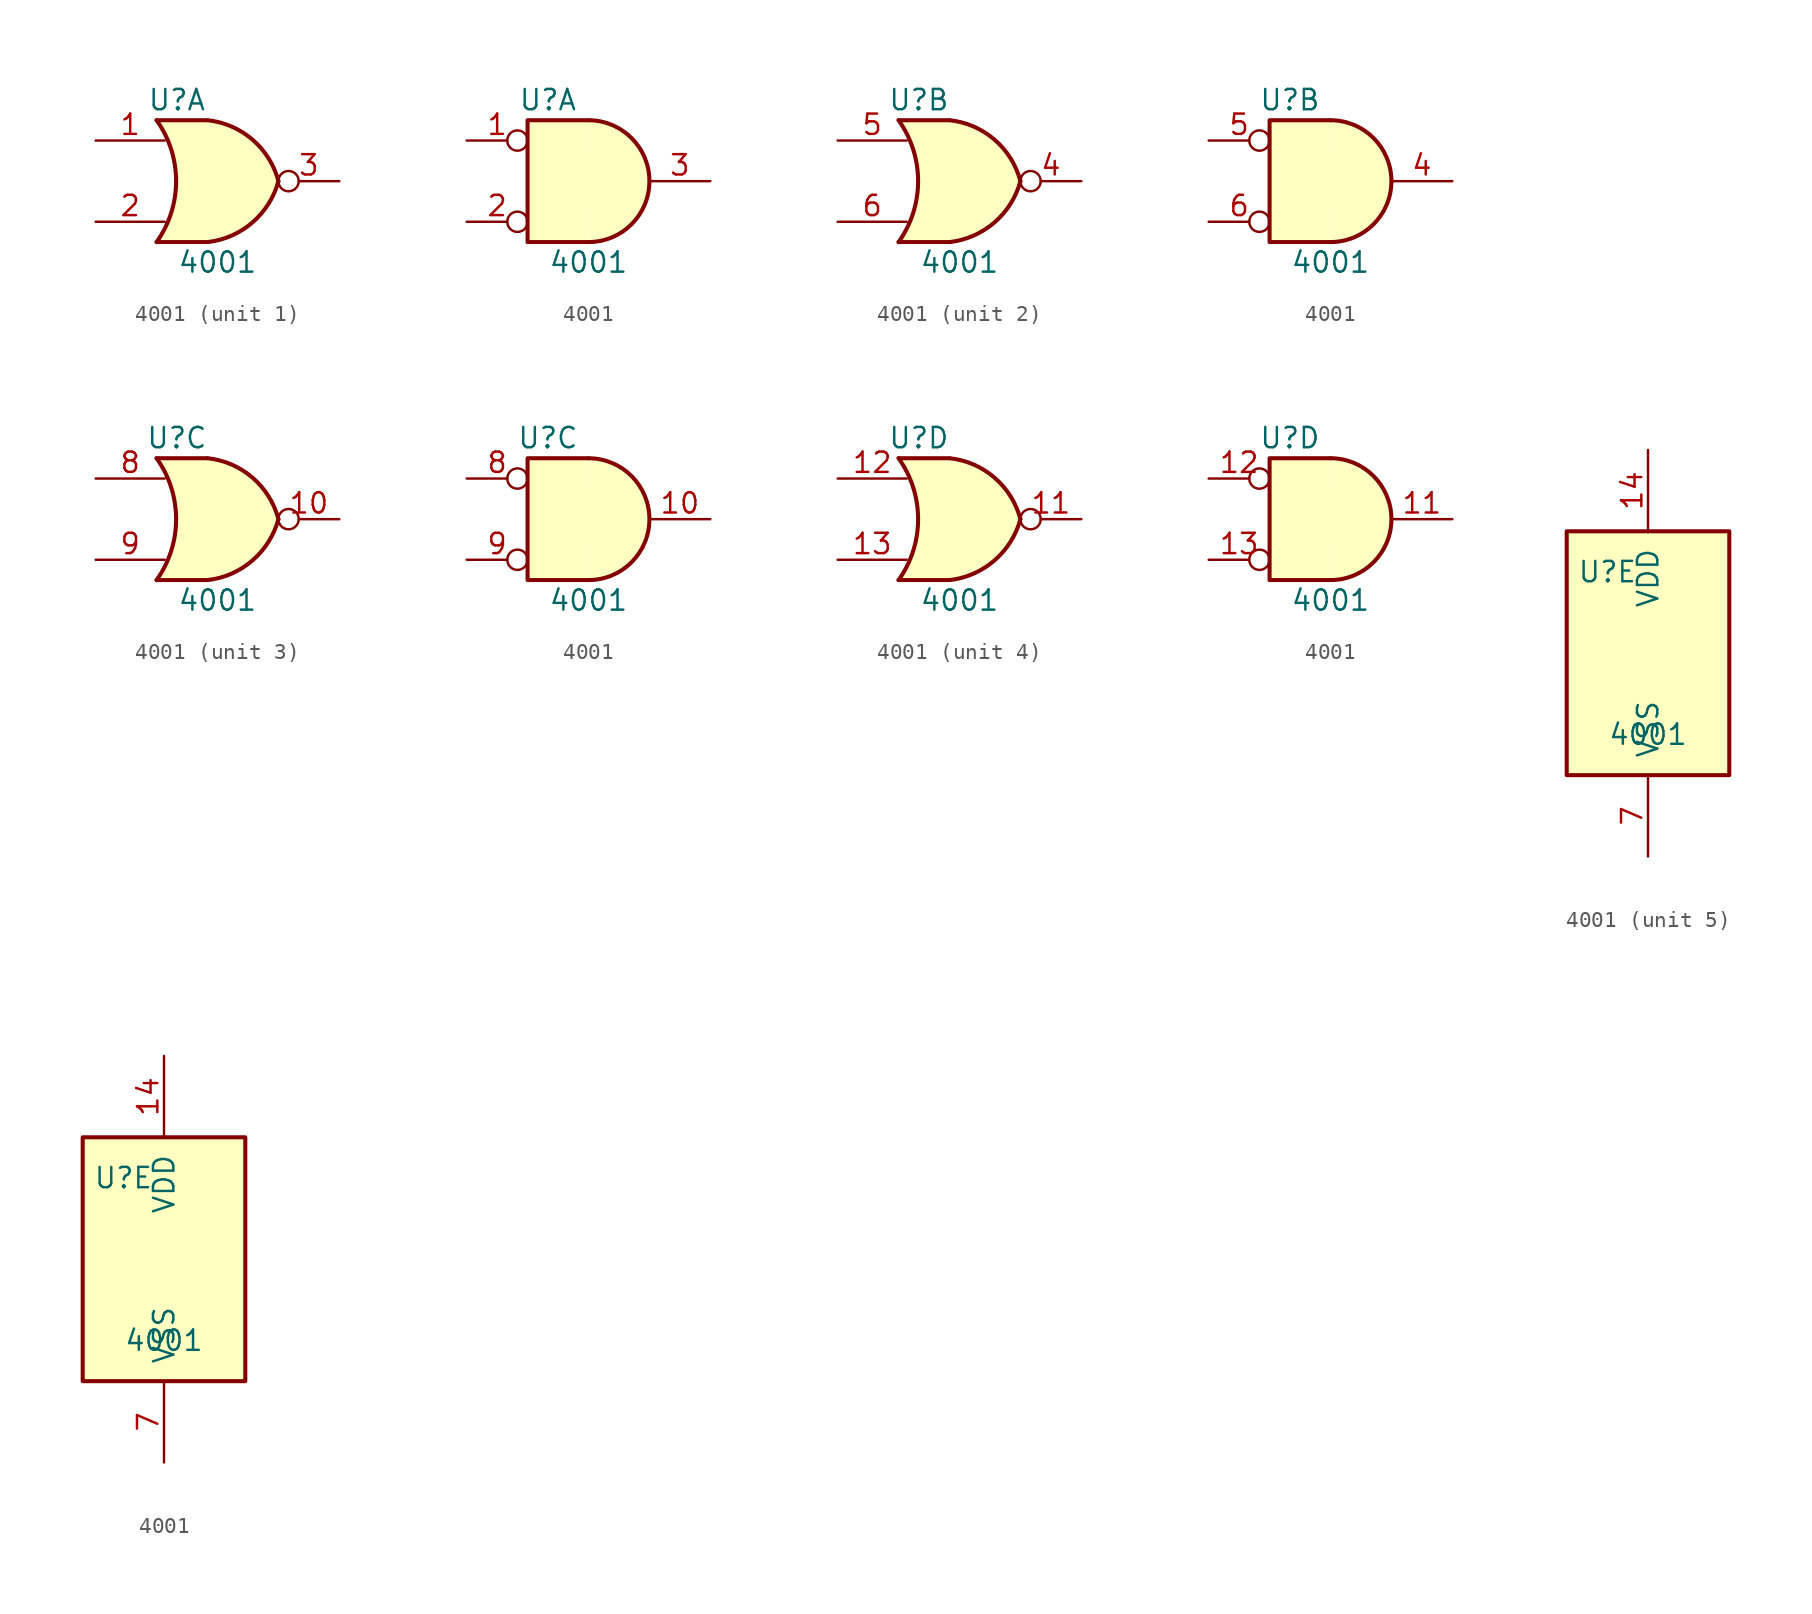
<source format=kicad_sym>
(kicad_symbol_lib
  (version 20211014)
  (generator kicad_symbol_editor)
  (symbol "4001"
    (pin_names
      (offset 1.016))
    (property "Reference" "U"
      (at -2.54 5.08 0)
      (effects (font (size 1.27 1.27))))
    (property "Value" "4001"
      (at 0 -5.08 0)
      (effects (font (size 1.27 1.27))))
    (property "ki_locked" ""
      (at 0 0 0)
      (effects (font (size 1.27 1.27))))
    (symbol "4001_1_1"
      (arc (start -3.81 -3.81) (mid -2.589 0) (end -3.81 3.81) (stroke (width 0.254) (type default) (color 0 0 0 0)) (fill (type none)))
      (arc (start -0.6096 -3.81) (mid 2.1842 -2.5851) (end 3.81 0) (stroke (width 0.254) (type default) (color 0 0 0 0)) (fill (type background)))
      (polyline (pts (xy -3.81 -3.81) (xy -0.635 -3.81)) (stroke (width 0.254) (type default) (color 0 0 0 0)) (fill (type background)))
      (polyline (pts (xy -3.81 3.81) (xy -0.635 3.81)) (stroke (width 0.254) (type default) (color 0 0 0 0)) (fill (type background)))
      (polyline (pts (xy -0.635 3.81) (xy -3.81 3.81) (xy -3.81 3.81) (xy -3.556 3.404) (xy -3.023 2.261) (xy -2.692 1.041) (xy -2.616 -0.254) (xy -2.769 -1.499) (xy -3.175 -2.718) (xy -3.81 -3.81) (xy -3.81 -3.81) (xy -0.635 -3.81)) (stroke (width -25.4) (type default) (color 0 0 0 0)) (fill (type background)))
      (arc (start 3.81 0) (mid 2.1915 2.5936) (end -0.6096 3.81) (stroke (width 0.254) (type default) (color 0 0 0 0)) (fill (type background)))
      (pin input line (at -7.62 2.54 0) (length 4.318) (name "~" (effects (font (size 1.27 1.27)))) (number "1" (effects (font (size 1.27 1.27)))))
      (pin input line (at -7.62 -2.54 0) (length 4.318) (name "~" (effects (font (size 1.27 1.27)))) (number "2" (effects (font (size 1.27 1.27)))))
      (pin output inverted (at 7.62 0 180) (length 3.81) (name "~" (effects (font (size 1.27 1.27)))) (number "3" (effects (font (size 1.27 1.27))))))
    (symbol "4001_1_2"
      (arc (start 0 -3.81) (mid 3.81 0) (end 0 3.81) (stroke (width 0.254) (type default) (color 0 0 0 0)) (fill (type background)))
      (polyline (pts (xy 0 3.81) (xy -3.81 3.81) (xy -3.81 -3.81) (xy 0 -3.81)) (stroke (width 0.254) (type default) (color 0 0 0 0)) (fill (type background)))
      (pin input inverted (at -7.62 2.54 0) (length 3.81) (name "~" (effects (font (size 1.27 1.27)))) (number "1" (effects (font (size 1.27 1.27)))))
      (pin input inverted (at -7.62 -2.54 0) (length 3.81) (name "~" (effects (font (size 1.27 1.27)))) (number "2" (effects (font (size 1.27 1.27)))))
      (pin output line (at 7.62 0 180) (length 3.81) (name "~" (effects (font (size 1.27 1.27)))) (number "3" (effects (font (size 1.27 1.27))))))
    (symbol "4001_2_1"
      (arc (start -3.81 -3.81) (mid -2.589 0) (end -3.81 3.81) (stroke (width 0.254) (type default) (color 0 0 0 0)) (fill (type none)))
      (arc (start -0.6096 -3.81) (mid 2.1842 -2.5851) (end 3.81 0) (stroke (width 0.254) (type default) (color 0 0 0 0)) (fill (type background)))
      (polyline (pts (xy -3.81 -3.81) (xy -0.635 -3.81)) (stroke (width 0.254) (type default) (color 0 0 0 0)) (fill (type background)))
      (polyline (pts (xy -3.81 3.81) (xy -0.635 3.81)) (stroke (width 0.254) (type default) (color 0 0 0 0)) (fill (type background)))
      (polyline (pts (xy -0.635 3.81) (xy -3.81 3.81) (xy -3.81 3.81) (xy -3.556 3.404) (xy -3.023 2.261) (xy -2.692 1.041) (xy -2.616 -0.254) (xy -2.769 -1.499) (xy -3.175 -2.718) (xy -3.81 -3.81) (xy -3.81 -3.81) (xy -0.635 -3.81)) (stroke (width -25.4) (type default) (color 0 0 0 0)) (fill (type background)))
      (arc (start 3.81 0) (mid 2.1915 2.5936) (end -0.6096 3.81) (stroke (width 0.254) (type default) (color 0 0 0 0)) (fill (type background)))
      (pin output inverted (at 7.62 0 180) (length 3.81) (name "~" (effects (font (size 1.27 1.27)))) (number "4" (effects (font (size 1.27 1.27)))))
      (pin input line (at -7.62 2.54 0) (length 4.318) (name "~" (effects (font (size 1.27 1.27)))) (number "5" (effects (font (size 1.27 1.27)))))
      (pin input line (at -7.62 -2.54 0) (length 4.318) (name "~" (effects (font (size 1.27 1.27)))) (number "6" (effects (font (size 1.27 1.27))))))
    (symbol "4001_2_2"
      (arc (start 0 -3.81) (mid 3.81 0) (end 0 3.81) (stroke (width 0.254) (type default) (color 0 0 0 0)) (fill (type background)))
      (polyline (pts (xy 0 3.81) (xy -3.81 3.81) (xy -3.81 -3.81) (xy 0 -3.81)) (stroke (width 0.254) (type default) (color 0 0 0 0)) (fill (type background)))
      (pin output line (at 7.62 0 180) (length 3.81) (name "~" (effects (font (size 1.27 1.27)))) (number "4" (effects (font (size 1.27 1.27)))))
      (pin input inverted (at -7.62 2.54 0) (length 3.81) (name "~" (effects (font (size 1.27 1.27)))) (number "5" (effects (font (size 1.27 1.27)))))
      (pin input inverted (at -7.62 -2.54 0) (length 3.81) (name "~" (effects (font (size 1.27 1.27)))) (number "6" (effects (font (size 1.27 1.27))))))
    (symbol "4001_3_1"
      (arc (start -3.81 -3.81) (mid -2.589 0) (end -3.81 3.81) (stroke (width 0.254) (type default) (color 0 0 0 0)) (fill (type none)))
      (arc (start -0.6096 -3.81) (mid 2.1842 -2.5851) (end 3.81 0) (stroke (width 0.254) (type default) (color 0 0 0 0)) (fill (type background)))
      (polyline (pts (xy -3.81 -3.81) (xy -0.635 -3.81)) (stroke (width 0.254) (type default) (color 0 0 0 0)) (fill (type background)))
      (polyline (pts (xy -3.81 3.81) (xy -0.635 3.81)) (stroke (width 0.254) (type default) (color 0 0 0 0)) (fill (type background)))
      (polyline (pts (xy -0.635 3.81) (xy -3.81 3.81) (xy -3.81 3.81) (xy -3.556 3.404) (xy -3.023 2.261) (xy -2.692 1.041) (xy -2.616 -0.254) (xy -2.769 -1.499) (xy -3.175 -2.718) (xy -3.81 -3.81) (xy -3.81 -3.81) (xy -0.635 -3.81)) (stroke (width -25.4) (type default) (color 0 0 0 0)) (fill (type background)))
      (arc (start 3.81 0) (mid 2.1915 2.5936) (end -0.6096 3.81) (stroke (width 0.254) (type default) (color 0 0 0 0)) (fill (type background)))
      (pin output inverted (at 7.62 0 180) (length 3.81) (name "~" (effects (font (size 1.27 1.27)))) (number "10" (effects (font (size 1.27 1.27)))))
      (pin input line (at -7.62 2.54 0) (length 4.318) (name "~" (effects (font (size 1.27 1.27)))) (number "8" (effects (font (size 1.27 1.27)))))
      (pin input line (at -7.62 -2.54 0) (length 4.318) (name "~" (effects (font (size 1.27 1.27)))) (number "9" (effects (font (size 1.27 1.27))))))
    (symbol "4001_3_2"
      (arc (start 0 -3.81) (mid 3.81 0) (end 0 3.81) (stroke (width 0.254) (type default) (color 0 0 0 0)) (fill (type background)))
      (polyline (pts (xy 0 3.81) (xy -3.81 3.81) (xy -3.81 -3.81) (xy 0 -3.81)) (stroke (width 0.254) (type default) (color 0 0 0 0)) (fill (type background)))
      (pin output line (at 7.62 0 180) (length 3.81) (name "~" (effects (font (size 1.27 1.27)))) (number "10" (effects (font (size 1.27 1.27)))))
      (pin input inverted (at -7.62 2.54 0) (length 3.81) (name "~" (effects (font (size 1.27 1.27)))) (number "8" (effects (font (size 1.27 1.27)))))
      (pin input inverted (at -7.62 -2.54 0) (length 3.81) (name "~" (effects (font (size 1.27 1.27)))) (number "9" (effects (font (size 1.27 1.27))))))
    (symbol "4001_4_1"
      (arc (start -3.81 -3.81) (mid -2.589 0) (end -3.81 3.81) (stroke (width 0.254) (type default) (color 0 0 0 0)) (fill (type none)))
      (arc (start -0.6096 -3.81) (mid 2.1842 -2.5851) (end 3.81 0) (stroke (width 0.254) (type default) (color 0 0 0 0)) (fill (type background)))
      (polyline (pts (xy -3.81 -3.81) (xy -0.635 -3.81)) (stroke (width 0.254) (type default) (color 0 0 0 0)) (fill (type background)))
      (polyline (pts (xy -3.81 3.81) (xy -0.635 3.81)) (stroke (width 0.254) (type default) (color 0 0 0 0)) (fill (type background)))
      (polyline (pts (xy -0.635 3.81) (xy -3.81 3.81) (xy -3.81 3.81) (xy -3.556 3.404) (xy -3.023 2.261) (xy -2.692 1.041) (xy -2.616 -0.254) (xy -2.769 -1.499) (xy -3.175 -2.718) (xy -3.81 -3.81) (xy -3.81 -3.81) (xy -0.635 -3.81)) (stroke (width -25.4) (type default) (color 0 0 0 0)) (fill (type background)))
      (arc (start 3.81 0) (mid 2.1915 2.5936) (end -0.6096 3.81) (stroke (width 0.254) (type default) (color 0 0 0 0)) (fill (type background)))
      (pin output inverted (at 7.62 0 180) (length 3.81) (name "~" (effects (font (size 1.27 1.27)))) (number "11" (effects (font (size 1.27 1.27)))))
      (pin input line (at -7.62 2.54 0) (length 4.318) (name "~" (effects (font (size 1.27 1.27)))) (number "12" (effects (font (size 1.27 1.27)))))
      (pin input line (at -7.62 -2.54 0) (length 4.318) (name "~" (effects (font (size 1.27 1.27)))) (number "13" (effects (font (size 1.27 1.27))))))
    (symbol "4001_4_2"
      (arc (start 0 -3.81) (mid 3.81 0) (end 0 3.81) (stroke (width 0.254) (type default) (color 0 0 0 0)) (fill (type background)))
      (polyline (pts (xy 0 3.81) (xy -3.81 3.81) (xy -3.81 -3.81) (xy 0 -3.81)) (stroke (width 0.254) (type default) (color 0 0 0 0)) (fill (type background)))
      (pin output line (at 7.62 0 180) (length 3.81) (name "~" (effects (font (size 1.27 1.27)))) (number "11" (effects (font (size 1.27 1.27)))))
      (pin input inverted (at -7.62 2.54 0) (length 3.81) (name "~" (effects (font (size 1.27 1.27)))) (number "12" (effects (font (size 1.27 1.27)))))
      (pin input inverted (at -7.62 -2.54 0) (length 3.81) (name "~" (effects (font (size 1.27 1.27)))) (number "13" (effects (font (size 1.27 1.27))))))
    (symbol "4001_5_0"
      (pin power_in line (at 0 12.7 270) (length 5.08) (name "VDD" (effects (font (size 1.27 1.27)))) (number "14" (effects (font (size 1.27 1.27)))))
      (pin power_in line (at 0 -12.7 90) (length 5.08) (name "VSS" (effects (font (size 1.27 1.27)))) (number "7" (effects (font (size 1.27 1.27))))))
    (symbol "4001_5_1"
      (rectangle (start -5.08 7.62) (end 5.08 -7.62) (stroke (width 0.254) (type default) (color 0 0 0 0)) (fill (type background))))
    (symbol "4001_5_2"
      (rectangle (start -5.08 7.62) (end 5.08 -7.62) (stroke (width 0.254) (type default) (color 0 0 0 0)) (fill (type background))))))
</source>
